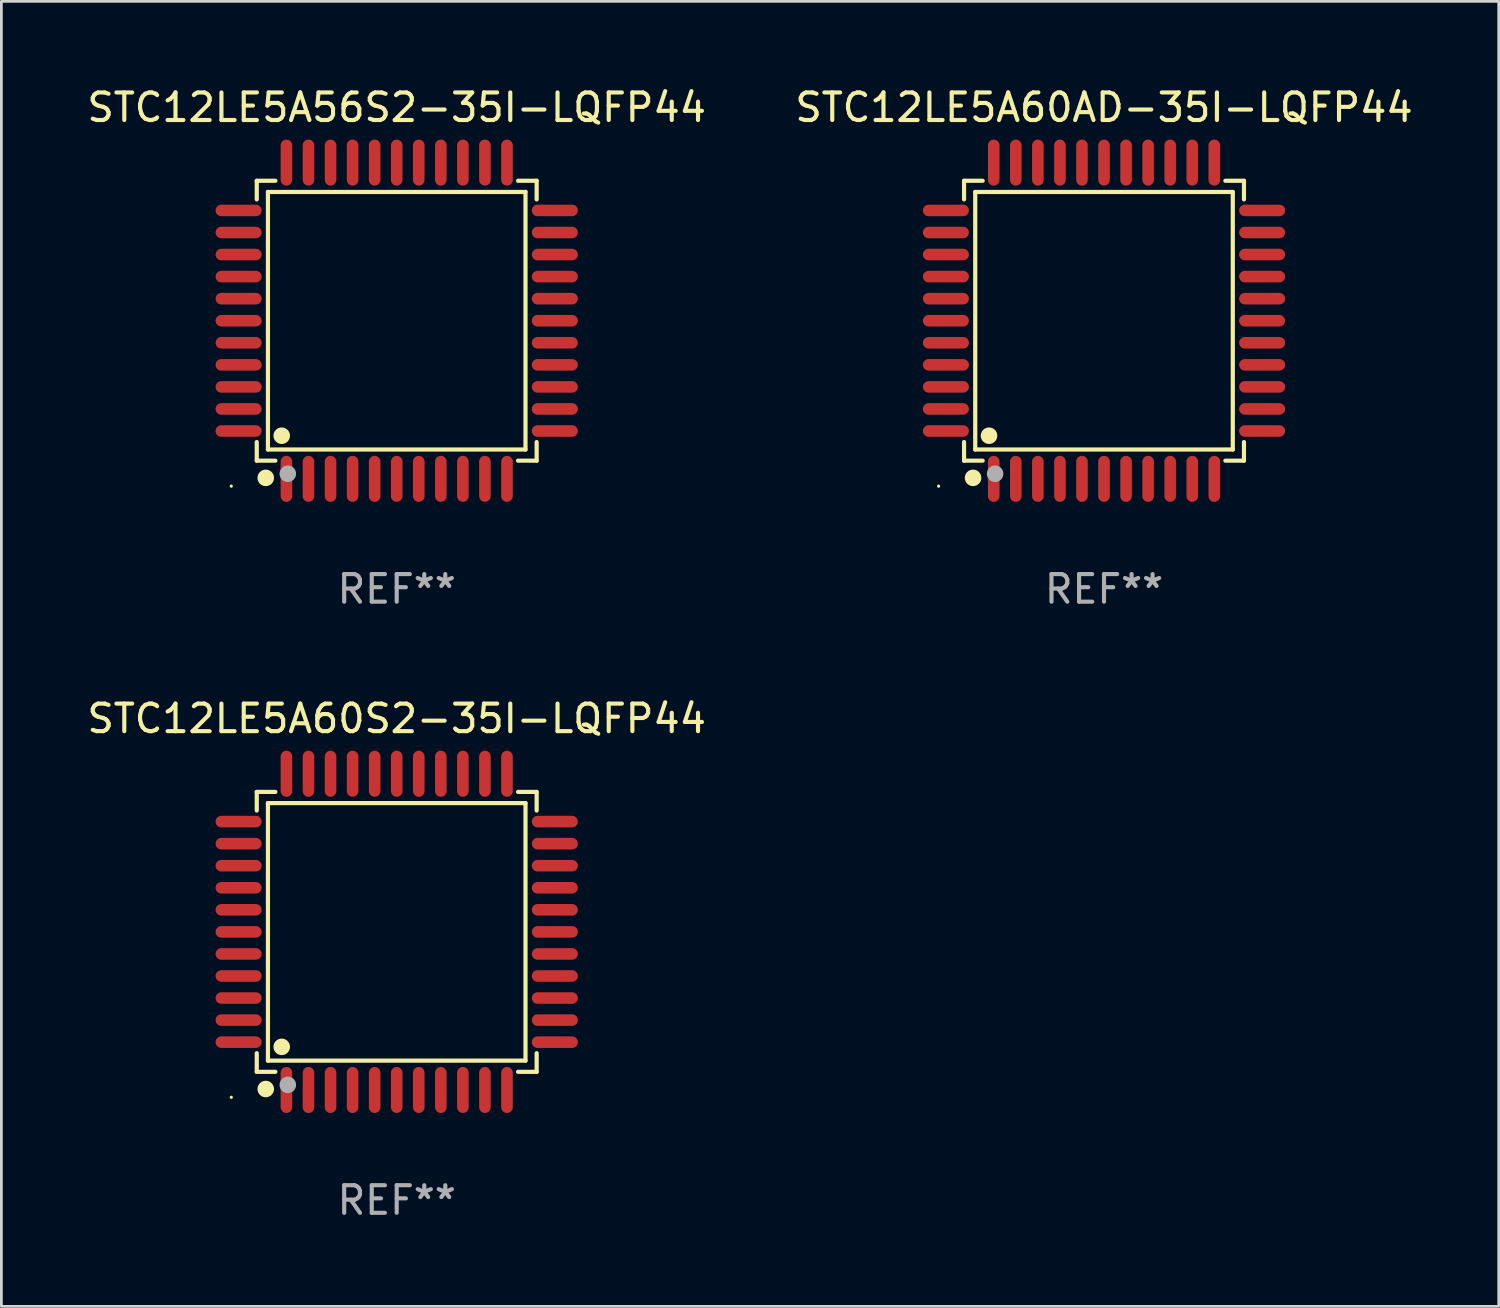
<source format=kicad_pcb>
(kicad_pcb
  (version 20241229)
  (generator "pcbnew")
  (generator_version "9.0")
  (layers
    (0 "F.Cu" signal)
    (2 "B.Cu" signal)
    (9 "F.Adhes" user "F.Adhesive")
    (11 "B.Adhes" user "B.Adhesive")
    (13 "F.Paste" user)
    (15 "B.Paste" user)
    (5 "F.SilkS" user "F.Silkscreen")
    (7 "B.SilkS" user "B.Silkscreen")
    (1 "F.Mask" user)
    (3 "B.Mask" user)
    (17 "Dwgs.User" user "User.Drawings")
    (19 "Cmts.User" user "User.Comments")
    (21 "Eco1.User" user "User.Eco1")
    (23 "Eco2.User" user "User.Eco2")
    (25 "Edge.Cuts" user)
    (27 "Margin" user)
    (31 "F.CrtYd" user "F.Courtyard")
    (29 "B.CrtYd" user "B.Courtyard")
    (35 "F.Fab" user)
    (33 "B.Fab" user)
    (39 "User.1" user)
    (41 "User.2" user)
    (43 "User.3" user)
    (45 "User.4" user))
  (footprint "STC12LE5A60S2-35I-LQFP44"
    (layer "F.Cu")
    (at 11.339 30.75)
    (property "Reference" "STC12LE5A60S2-35I-LQFP44" (at 0 -7.735 0) (layer "F.SilkS") (effects (font (size 1 1) (thickness 0.15))))
    (attr through_hole)
    (fp_line (start -5.076 -5.076) (end -4.401 -5.076) (stroke (width 0.152) (type solid)) (layer "F.SilkS"))
    (fp_line (start -5.076 -4.401) (end -5.076 -5.076) (stroke (width 0.152) (type solid)) (layer "F.SilkS"))
    (fp_line (start -5.076 4.401) (end -5.076 5.076) (stroke (width 0.152) (type solid)) (layer "F.SilkS"))
    (fp_line (start -5.076 5.076) (end -4.401 5.076) (stroke (width 0.152) (type solid)) (layer "F.SilkS"))
    (fp_line (start -4.671 -4.671) (end 4.671 -4.671) (stroke (width 0.152) (type solid)) (layer "F.SilkS"))
    (fp_line (start -4.671 4.671) (end -4.671 -4.671) (stroke (width 0.152) (type solid)) (layer "F.SilkS"))
    (fp_line (start 4.671 -4.671) (end 4.671 4.671) (stroke (width 0.152) (type solid)) (layer "F.SilkS"))
    (fp_line (start 4.671 4.671) (end -4.671 4.671) (stroke (width 0.152) (type solid)) (layer "F.SilkS"))
    (fp_line (start 5.076 -5.076) (end 4.401 -5.076) (stroke (width 0.152) (type solid)) (layer "F.SilkS"))
    (fp_line (start 5.076 -4.401) (end 5.076 -5.076) (stroke (width 0.152) (type solid)) (layer "F.SilkS"))
    (fp_line (start 5.076 4.401) (end 5.076 5.076) (stroke (width 0.152) (type solid)) (layer "F.SilkS"))
    (fp_line (start 5.076 5.076) (end 4.401 5.076) (stroke (width 0.152) (type solid)) (layer "F.SilkS"))
    (fp_circle (center -6 6) (end -5.97 6) (stroke (width 0.06) (type solid)) (fill no) (layer "F.SilkS"))
    (fp_circle (center -4.75 5.7) (end -4.6 5.7) (stroke (width 0.3) (type solid)) (fill no) (layer "F.SilkS"))
    (fp_circle (center -4.171 4.171) (end -4.021 4.171) (stroke (width 0.3) (type solid)) (fill no) (layer "F.SilkS"))
    (fp_circle (center -3.95 5.55) (end -3.8 5.55) (stroke (width 0.3) (type solid)) (fill no) (layer "F.Fab"))
    (fp_text user "REF**" (at 0 9.735 0) (layer "F.Fab") (effects (font (size 1 1) (thickness 0.15))))
    (pad "1" smd oval (at -4 5.735) (size 0.42 1.67) (layers "F.Cu" "F.Mask" "F.Paste"))
    (pad "2" smd oval (at -3.2 5.735) (size 0.42 1.67) (layers "F.Cu" "F.Mask" "F.Paste"))
    (pad "3" smd oval (at -2.4 5.735) (size 0.42 1.67) (layers "F.Cu" "F.Mask" "F.Paste"))
    (pad "4" smd oval (at -1.6 5.735) (size 0.42 1.67) (layers "F.Cu" "F.Mask" "F.Paste"))
    (pad "5" smd oval (at -0.8 5.735) (size 0.42 1.67) (layers "F.Cu" "F.Mask" "F.Paste"))
    (pad "6" smd oval (at 0 5.735) (size 0.42 1.67) (layers "F.Cu" "F.Mask" "F.Paste"))
    (pad "7" smd oval (at 0.8 5.735) (size 0.42 1.67) (layers "F.Cu" "F.Mask" "F.Paste"))
    (pad "8" smd oval (at 1.6 5.735) (size 0.42 1.67) (layers "F.Cu" "F.Mask" "F.Paste"))
    (pad "9" smd oval (at 2.4 5.735) (size 0.42 1.67) (layers "F.Cu" "F.Mask" "F.Paste"))
    (pad "10" smd oval (at 3.2 5.735) (size 0.42 1.67) (layers "F.Cu" "F.Mask" "F.Paste"))
    (pad "11" smd oval (at 4 5.735) (size 0.42 1.67) (layers "F.Cu" "F.Mask" "F.Paste"))
    (pad "12" smd oval (at 5.735 4) (size 1.67 0.42) (layers "F.Cu" "F.Mask" "F.Paste"))
    (pad "13" smd oval (at 5.735 3.2) (size 1.67 0.42) (layers "F.Cu" "F.Mask" "F.Paste"))
    (pad "14" smd oval (at 5.735 2.4) (size 1.67 0.42) (layers "F.Cu" "F.Mask" "F.Paste"))
    (pad "15" smd oval (at 5.735 1.6) (size 1.67 0.42) (layers "F.Cu" "F.Mask" "F.Paste"))
    (pad "16" smd oval (at 5.735 0.8) (size 1.67 0.42) (layers "F.Cu" "F.Mask" "F.Paste"))
    (pad "17" smd oval (at 5.735 0) (size 1.67 0.42) (layers "F.Cu" "F.Mask" "F.Paste"))
    (pad "18" smd oval (at 5.735 -0.8) (size 1.67 0.42) (layers "F.Cu" "F.Mask" "F.Paste"))
    (pad "19" smd oval (at 5.735 -1.6) (size 1.67 0.42) (layers "F.Cu" "F.Mask" "F.Paste"))
    (pad "20" smd oval (at 5.735 -2.4) (size 1.67 0.42) (layers "F.Cu" "F.Mask" "F.Paste"))
    (pad "21" smd oval (at 5.735 -3.2) (size 1.67 0.42) (layers "F.Cu" "F.Mask" "F.Paste"))
    (pad "22" smd oval (at 5.735 -4) (size 1.67 0.42) (layers "F.Cu" "F.Mask" "F.Paste"))
    (pad "23" smd oval (at 4 -5.735) (size 0.42 1.67) (layers "F.Cu" "F.Mask" "F.Paste"))
    (pad "24" smd oval (at 3.2 -5.735) (size 0.42 1.67) (layers "F.Cu" "F.Mask" "F.Paste"))
    (pad "25" smd oval (at 2.4 -5.735) (size 0.42 1.67) (layers "F.Cu" "F.Mask" "F.Paste"))
    (pad "26" smd oval (at 1.6 -5.735) (size 0.42 1.67) (layers "F.Cu" "F.Mask" "F.Paste"))
    (pad "27" smd oval (at 0.8 -5.735) (size 0.42 1.67) (layers "F.Cu" "F.Mask" "F.Paste"))
    (pad "28" smd oval (at 0 -5.735) (size 0.42 1.67) (layers "F.Cu" "F.Mask" "F.Paste"))
    (pad "29" smd oval (at -0.8 -5.735) (size 0.42 1.67) (layers "F.Cu" "F.Mask" "F.Paste"))
    (pad "30" smd oval (at -1.6 -5.735) (size 0.42 1.67) (layers "F.Cu" "F.Mask" "F.Paste"))
    (pad "31" smd oval (at -2.4 -5.735) (size 0.42 1.67) (layers "F.Cu" "F.Mask" "F.Paste"))
    (pad "32" smd oval (at -3.2 -5.735) (size 0.42 1.67) (layers "F.Cu" "F.Mask" "F.Paste"))
    (pad "33" smd oval (at -4 -5.735) (size 0.42 1.67) (layers "F.Cu" "F.Mask" "F.Paste"))
    (pad "34" smd oval (at -5.735 -4) (size 1.67 0.42) (layers "F.Cu" "F.Mask" "F.Paste"))
    (pad "35" smd oval (at -5.735 -3.2) (size 1.67 0.42) (layers "F.Cu" "F.Mask" "F.Paste"))
    (pad "36" smd oval (at -5.735 -2.4) (size 1.67 0.42) (layers "F.Cu" "F.Mask" "F.Paste"))
    (pad "37" smd oval (at -5.735 -1.6) (size 1.67 0.42) (layers "F.Cu" "F.Mask" "F.Paste"))
    (pad "38" smd oval (at -5.735 -0.8) (size 1.67 0.42) (layers "F.Cu" "F.Mask" "F.Paste"))
    (pad "39" smd oval (at -5.735 0) (size 1.67 0.42) (layers "F.Cu" "F.Mask" "F.Paste"))
    (pad "40" smd oval (at -5.735 0.8) (size 1.67 0.42) (layers "F.Cu" "F.Mask" "F.Paste"))
    (pad "41" smd oval (at -5.735 1.6) (size 1.67 0.42) (layers "F.Cu" "F.Mask" "F.Paste"))
    (pad "42" smd oval (at -5.735 2.4) (size 1.67 0.42) (layers "F.Cu" "F.Mask" "F.Paste"))
    (pad "43" smd oval (at -5.735 3.2) (size 1.67 0.42) (layers "F.Cu" "F.Mask" "F.Paste"))
    (pad "44" smd oval (at -5.735 4) (size 1.67 0.42) (layers "F.Cu" "F.Mask" "F.Paste")))
  (footprint "STC12LE5A56S2-35I-LQFP44"
    (layer "F.Cu")
    (at 11.339 8.583)
    (property "Reference" "STC12LE5A56S2-35I-LQFP44" (at 0 -7.735 0) (layer "F.SilkS") (effects (font (size 1 1) (thickness 0.15))))
    (attr through_hole)
    (fp_line (start -5.076 -5.076) (end -4.401 -5.076) (stroke (width 0.152) (type solid)) (layer "F.SilkS"))
    (fp_line (start -5.076 -4.401) (end -5.076 -5.076) (stroke (width 0.152) (type solid)) (layer "F.SilkS"))
    (fp_line (start -5.076 4.401) (end -5.076 5.076) (stroke (width 0.152) (type solid)) (layer "F.SilkS"))
    (fp_line (start -5.076 5.076) (end -4.401 5.076) (stroke (width 0.152) (type solid)) (layer "F.SilkS"))
    (fp_line (start -4.671 -4.671) (end 4.671 -4.671) (stroke (width 0.152) (type solid)) (layer "F.SilkS"))
    (fp_line (start -4.671 4.671) (end -4.671 -4.671) (stroke (width 0.152) (type solid)) (layer "F.SilkS"))
    (fp_line (start 4.671 -4.671) (end 4.671 4.671) (stroke (width 0.152) (type solid)) (layer "F.SilkS"))
    (fp_line (start 4.671 4.671) (end -4.671 4.671) (stroke (width 0.152) (type solid)) (layer "F.SilkS"))
    (fp_line (start 5.076 -5.076) (end 4.401 -5.076) (stroke (width 0.152) (type solid)) (layer "F.SilkS"))
    (fp_line (start 5.076 -4.401) (end 5.076 -5.076) (stroke (width 0.152) (type solid)) (layer "F.SilkS"))
    (fp_line (start 5.076 4.401) (end 5.076 5.076) (stroke (width 0.152) (type solid)) (layer "F.SilkS"))
    (fp_line (start 5.076 5.076) (end 4.401 5.076) (stroke (width 0.152) (type solid)) (layer "F.SilkS"))
    (fp_circle (center -6 6) (end -5.97 6) (stroke (width 0.06) (type solid)) (fill no) (layer "F.SilkS"))
    (fp_circle (center -4.75 5.7) (end -4.6 5.7) (stroke (width 0.3) (type solid)) (fill no) (layer "F.SilkS"))
    (fp_circle (center -4.171 4.171) (end -4.021 4.171) (stroke (width 0.3) (type solid)) (fill no) (layer "F.SilkS"))
    (fp_circle (center -3.95 5.55) (end -3.8 5.55) (stroke (width 0.3) (type solid)) (fill no) (layer "F.Fab"))
    (fp_text user "REF**" (at 0 9.735 0) (layer "F.Fab") (effects (font (size 1 1) (thickness 0.15))))
    (pad "1" smd oval (at -4 5.735) (size 0.42 1.67) (layers "F.Cu" "F.Mask" "F.Paste"))
    (pad "2" smd oval (at -3.2 5.735) (size 0.42 1.67) (layers "F.Cu" "F.Mask" "F.Paste"))
    (pad "3" smd oval (at -2.4 5.735) (size 0.42 1.67) (layers "F.Cu" "F.Mask" "F.Paste"))
    (pad "4" smd oval (at -1.6 5.735) (size 0.42 1.67) (layers "F.Cu" "F.Mask" "F.Paste"))
    (pad "5" smd oval (at -0.8 5.735) (size 0.42 1.67) (layers "F.Cu" "F.Mask" "F.Paste"))
    (pad "6" smd oval (at 0 5.735) (size 0.42 1.67) (layers "F.Cu" "F.Mask" "F.Paste"))
    (pad "7" smd oval (at 0.8 5.735) (size 0.42 1.67) (layers "F.Cu" "F.Mask" "F.Paste"))
    (pad "8" smd oval (at 1.6 5.735) (size 0.42 1.67) (layers "F.Cu" "F.Mask" "F.Paste"))
    (pad "9" smd oval (at 2.4 5.735) (size 0.42 1.67) (layers "F.Cu" "F.Mask" "F.Paste"))
    (pad "10" smd oval (at 3.2 5.735) (size 0.42 1.67) (layers "F.Cu" "F.Mask" "F.Paste"))
    (pad "11" smd oval (at 4 5.735) (size 0.42 1.67) (layers "F.Cu" "F.Mask" "F.Paste"))
    (pad "12" smd oval (at 5.735 4) (size 1.67 0.42) (layers "F.Cu" "F.Mask" "F.Paste"))
    (pad "13" smd oval (at 5.735 3.2) (size 1.67 0.42) (layers "F.Cu" "F.Mask" "F.Paste"))
    (pad "14" smd oval (at 5.735 2.4) (size 1.67 0.42) (layers "F.Cu" "F.Mask" "F.Paste"))
    (pad "15" smd oval (at 5.735 1.6) (size 1.67 0.42) (layers "F.Cu" "F.Mask" "F.Paste"))
    (pad "16" smd oval (at 5.735 0.8) (size 1.67 0.42) (layers "F.Cu" "F.Mask" "F.Paste"))
    (pad "17" smd oval (at 5.735 0) (size 1.67 0.42) (layers "F.Cu" "F.Mask" "F.Paste"))
    (pad "18" smd oval (at 5.735 -0.8) (size 1.67 0.42) (layers "F.Cu" "F.Mask" "F.Paste"))
    (pad "19" smd oval (at 5.735 -1.6) (size 1.67 0.42) (layers "F.Cu" "F.Mask" "F.Paste"))
    (pad "20" smd oval (at 5.735 -2.4) (size 1.67 0.42) (layers "F.Cu" "F.Mask" "F.Paste"))
    (pad "21" smd oval (at 5.735 -3.2) (size 1.67 0.42) (layers "F.Cu" "F.Mask" "F.Paste"))
    (pad "22" smd oval (at 5.735 -4) (size 1.67 0.42) (layers "F.Cu" "F.Mask" "F.Paste"))
    (pad "23" smd oval (at 4 -5.735) (size 0.42 1.67) (layers "F.Cu" "F.Mask" "F.Paste"))
    (pad "24" smd oval (at 3.2 -5.735) (size 0.42 1.67) (layers "F.Cu" "F.Mask" "F.Paste"))
    (pad "25" smd oval (at 2.4 -5.735) (size 0.42 1.67) (layers "F.Cu" "F.Mask" "F.Paste"))
    (pad "26" smd oval (at 1.6 -5.735) (size 0.42 1.67) (layers "F.Cu" "F.Mask" "F.Paste"))
    (pad "27" smd oval (at 0.8 -5.735) (size 0.42 1.67) (layers "F.Cu" "F.Mask" "F.Paste"))
    (pad "28" smd oval (at 0 -5.735) (size 0.42 1.67) (layers "F.Cu" "F.Mask" "F.Paste"))
    (pad "29" smd oval (at -0.8 -5.735) (size 0.42 1.67) (layers "F.Cu" "F.Mask" "F.Paste"))
    (pad "30" smd oval (at -1.6 -5.735) (size 0.42 1.67) (layers "F.Cu" "F.Mask" "F.Paste"))
    (pad "31" smd oval (at -2.4 -5.735) (size 0.42 1.67) (layers "F.Cu" "F.Mask" "F.Paste"))
    (pad "32" smd oval (at -3.2 -5.735) (size 0.42 1.67) (layers "F.Cu" "F.Mask" "F.Paste"))
    (pad "33" smd oval (at -4 -5.735) (size 0.42 1.67) (layers "F.Cu" "F.Mask" "F.Paste"))
    (pad "34" smd oval (at -5.735 -4) (size 1.67 0.42) (layers "F.Cu" "F.Mask" "F.Paste"))
    (pad "35" smd oval (at -5.735 -3.2) (size 1.67 0.42) (layers "F.Cu" "F.Mask" "F.Paste"))
    (pad "36" smd oval (at -5.735 -2.4) (size 1.67 0.42) (layers "F.Cu" "F.Mask" "F.Paste"))
    (pad "37" smd oval (at -5.735 -1.6) (size 1.67 0.42) (layers "F.Cu" "F.Mask" "F.Paste"))
    (pad "38" smd oval (at -5.735 -0.8) (size 1.67 0.42) (layers "F.Cu" "F.Mask" "F.Paste"))
    (pad "39" smd oval (at -5.735 0) (size 1.67 0.42) (layers "F.Cu" "F.Mask" "F.Paste"))
    (pad "40" smd oval (at -5.735 0.8) (size 1.67 0.42) (layers "F.Cu" "F.Mask" "F.Paste"))
    (pad "41" smd oval (at -5.735 1.6) (size 1.67 0.42) (layers "F.Cu" "F.Mask" "F.Paste"))
    (pad "42" smd oval (at -5.735 2.4) (size 1.67 0.42) (layers "F.Cu" "F.Mask" "F.Paste"))
    (pad "43" smd oval (at -5.735 3.2) (size 1.67 0.42) (layers "F.Cu" "F.Mask" "F.Paste"))
    (pad "44" smd oval (at -5.735 4) (size 1.67 0.42) (layers "F.Cu" "F.Mask" "F.Paste")))
  (footprint "STC12LE5A60AD-35I-LQFP44"
    (layer "F.Cu")
    (at 36.994 8.583)
    (property "Reference" "STC12LE5A60AD-35I-LQFP44" (at 0 -7.735 0) (layer "F.SilkS") (effects (font (size 1 1) (thickness 0.15))))
    (attr through_hole)
    (fp_line (start -5.076 -5.076) (end -4.401 -5.076) (stroke (width 0.152) (type solid)) (layer "F.SilkS"))
    (fp_line (start -5.076 -4.401) (end -5.076 -5.076) (stroke (width 0.152) (type solid)) (layer "F.SilkS"))
    (fp_line (start -5.076 4.401) (end -5.076 5.076) (stroke (width 0.152) (type solid)) (layer "F.SilkS"))
    (fp_line (start -5.076 5.076) (end -4.401 5.076) (stroke (width 0.152) (type solid)) (layer "F.SilkS"))
    (fp_line (start -4.671 -4.671) (end 4.671 -4.671) (stroke (width 0.152) (type solid)) (layer "F.SilkS"))
    (fp_line (start -4.671 4.671) (end -4.671 -4.671) (stroke (width 0.152) (type solid)) (layer "F.SilkS"))
    (fp_line (start 4.671 -4.671) (end 4.671 4.671) (stroke (width 0.152) (type solid)) (layer "F.SilkS"))
    (fp_line (start 4.671 4.671) (end -4.671 4.671) (stroke (width 0.152) (type solid)) (layer "F.SilkS"))
    (fp_line (start 5.076 -5.076) (end 4.401 -5.076) (stroke (width 0.152) (type solid)) (layer "F.SilkS"))
    (fp_line (start 5.076 -4.401) (end 5.076 -5.076) (stroke (width 0.152) (type solid)) (layer "F.SilkS"))
    (fp_line (start 5.076 4.401) (end 5.076 5.076) (stroke (width 0.152) (type solid)) (layer "F.SilkS"))
    (fp_line (start 5.076 5.076) (end 4.401 5.076) (stroke (width 0.152) (type solid)) (layer "F.SilkS"))
    (fp_circle (center -6 6) (end -5.97 6) (stroke (width 0.06) (type solid)) (fill no) (layer "F.SilkS"))
    (fp_circle (center -4.75 5.7) (end -4.6 5.7) (stroke (width 0.3) (type solid)) (fill no) (layer "F.SilkS"))
    (fp_circle (center -4.171 4.171) (end -4.021 4.171) (stroke (width 0.3) (type solid)) (fill no) (layer "F.SilkS"))
    (fp_circle (center -3.95 5.55) (end -3.8 5.55) (stroke (width 0.3) (type solid)) (fill no) (layer "F.Fab"))
    (fp_text user "REF**" (at 0 9.735 0) (layer "F.Fab") (effects (font (size 1 1) (thickness 0.15))))
    (pad "1" smd oval (at -4 5.735) (size 0.42 1.67) (layers "F.Cu" "F.Mask" "F.Paste"))
    (pad "2" smd oval (at -3.2 5.735) (size 0.42 1.67) (layers "F.Cu" "F.Mask" "F.Paste"))
    (pad "3" smd oval (at -2.4 5.735) (size 0.42 1.67) (layers "F.Cu" "F.Mask" "F.Paste"))
    (pad "4" smd oval (at -1.6 5.735) (size 0.42 1.67) (layers "F.Cu" "F.Mask" "F.Paste"))
    (pad "5" smd oval (at -0.8 5.735) (size 0.42 1.67) (layers "F.Cu" "F.Mask" "F.Paste"))
    (pad "6" smd oval (at 0 5.735) (size 0.42 1.67) (layers "F.Cu" "F.Mask" "F.Paste"))
    (pad "7" smd oval (at 0.8 5.735) (size 0.42 1.67) (layers "F.Cu" "F.Mask" "F.Paste"))
    (pad "8" smd oval (at 1.6 5.735) (size 0.42 1.67) (layers "F.Cu" "F.Mask" "F.Paste"))
    (pad "9" smd oval (at 2.4 5.735) (size 0.42 1.67) (layers "F.Cu" "F.Mask" "F.Paste"))
    (pad "10" smd oval (at 3.2 5.735) (size 0.42 1.67) (layers "F.Cu" "F.Mask" "F.Paste"))
    (pad "11" smd oval (at 4 5.735) (size 0.42 1.67) (layers "F.Cu" "F.Mask" "F.Paste"))
    (pad "12" smd oval (at 5.735 4) (size 1.67 0.42) (layers "F.Cu" "F.Mask" "F.Paste"))
    (pad "13" smd oval (at 5.735 3.2) (size 1.67 0.42) (layers "F.Cu" "F.Mask" "F.Paste"))
    (pad "14" smd oval (at 5.735 2.4) (size 1.67 0.42) (layers "F.Cu" "F.Mask" "F.Paste"))
    (pad "15" smd oval (at 5.735 1.6) (size 1.67 0.42) (layers "F.Cu" "F.Mask" "F.Paste"))
    (pad "16" smd oval (at 5.735 0.8) (size 1.67 0.42) (layers "F.Cu" "F.Mask" "F.Paste"))
    (pad "17" smd oval (at 5.735 0) (size 1.67 0.42) (layers "F.Cu" "F.Mask" "F.Paste"))
    (pad "18" smd oval (at 5.735 -0.8) (size 1.67 0.42) (layers "F.Cu" "F.Mask" "F.Paste"))
    (pad "19" smd oval (at 5.735 -1.6) (size 1.67 0.42) (layers "F.Cu" "F.Mask" "F.Paste"))
    (pad "20" smd oval (at 5.735 -2.4) (size 1.67 0.42) (layers "F.Cu" "F.Mask" "F.Paste"))
    (pad "21" smd oval (at 5.735 -3.2) (size 1.67 0.42) (layers "F.Cu" "F.Mask" "F.Paste"))
    (pad "22" smd oval (at 5.735 -4) (size 1.67 0.42) (layers "F.Cu" "F.Mask" "F.Paste"))
    (pad "23" smd oval (at 4 -5.735) (size 0.42 1.67) (layers "F.Cu" "F.Mask" "F.Paste"))
    (pad "24" smd oval (at 3.2 -5.735) (size 0.42 1.67) (layers "F.Cu" "F.Mask" "F.Paste"))
    (pad "25" smd oval (at 2.4 -5.735) (size 0.42 1.67) (layers "F.Cu" "F.Mask" "F.Paste"))
    (pad "26" smd oval (at 1.6 -5.735) (size 0.42 1.67) (layers "F.Cu" "F.Mask" "F.Paste"))
    (pad "27" smd oval (at 0.8 -5.735) (size 0.42 1.67) (layers "F.Cu" "F.Mask" "F.Paste"))
    (pad "28" smd oval (at 0 -5.735) (size 0.42 1.67) (layers "F.Cu" "F.Mask" "F.Paste"))
    (pad "29" smd oval (at -0.8 -5.735) (size 0.42 1.67) (layers "F.Cu" "F.Mask" "F.Paste"))
    (pad "30" smd oval (at -1.6 -5.735) (size 0.42 1.67) (layers "F.Cu" "F.Mask" "F.Paste"))
    (pad "31" smd oval (at -2.4 -5.735) (size 0.42 1.67) (layers "F.Cu" "F.Mask" "F.Paste"))
    (pad "32" smd oval (at -3.2 -5.735) (size 0.42 1.67) (layers "F.Cu" "F.Mask" "F.Paste"))
    (pad "33" smd oval (at -4 -5.735) (size 0.42 1.67) (layers "F.Cu" "F.Mask" "F.Paste"))
    (pad "34" smd oval (at -5.735 -4) (size 1.67 0.42) (layers "F.Cu" "F.Mask" "F.Paste"))
    (pad "35" smd oval (at -5.735 -3.2) (size 1.67 0.42) (layers "F.Cu" "F.Mask" "F.Paste"))
    (pad "36" smd oval (at -5.735 -2.4) (size 1.67 0.42) (layers "F.Cu" "F.Mask" "F.Paste"))
    (pad "37" smd oval (at -5.735 -1.6) (size 1.67 0.42) (layers "F.Cu" "F.Mask" "F.Paste"))
    (pad "38" smd oval (at -5.735 -0.8) (size 1.67 0.42) (layers "F.Cu" "F.Mask" "F.Paste"))
    (pad "39" smd oval (at -5.735 0) (size 1.67 0.42) (layers "F.Cu" "F.Mask" "F.Paste"))
    (pad "40" smd oval (at -5.735 0.8) (size 1.67 0.42) (layers "F.Cu" "F.Mask" "F.Paste"))
    (pad "41" smd oval (at -5.735 1.6) (size 1.67 0.42) (layers "F.Cu" "F.Mask" "F.Paste"))
    (pad "42" smd oval (at -5.735 2.4) (size 1.67 0.42) (layers "F.Cu" "F.Mask" "F.Paste"))
    (pad "43" smd oval (at -5.735 3.2) (size 1.67 0.42) (layers "F.Cu" "F.Mask" "F.Paste"))
    (pad "44" smd oval (at -5.735 4) (size 1.67 0.42) (layers "F.Cu" "F.Mask" "F.Paste")))
  (gr_rect
    (start -3 -3)
    (end 51.31 44.333)
    (stroke (width 0.1) (type default))
    (fill no)
    (layer "Edge.Cuts")))
</source>
